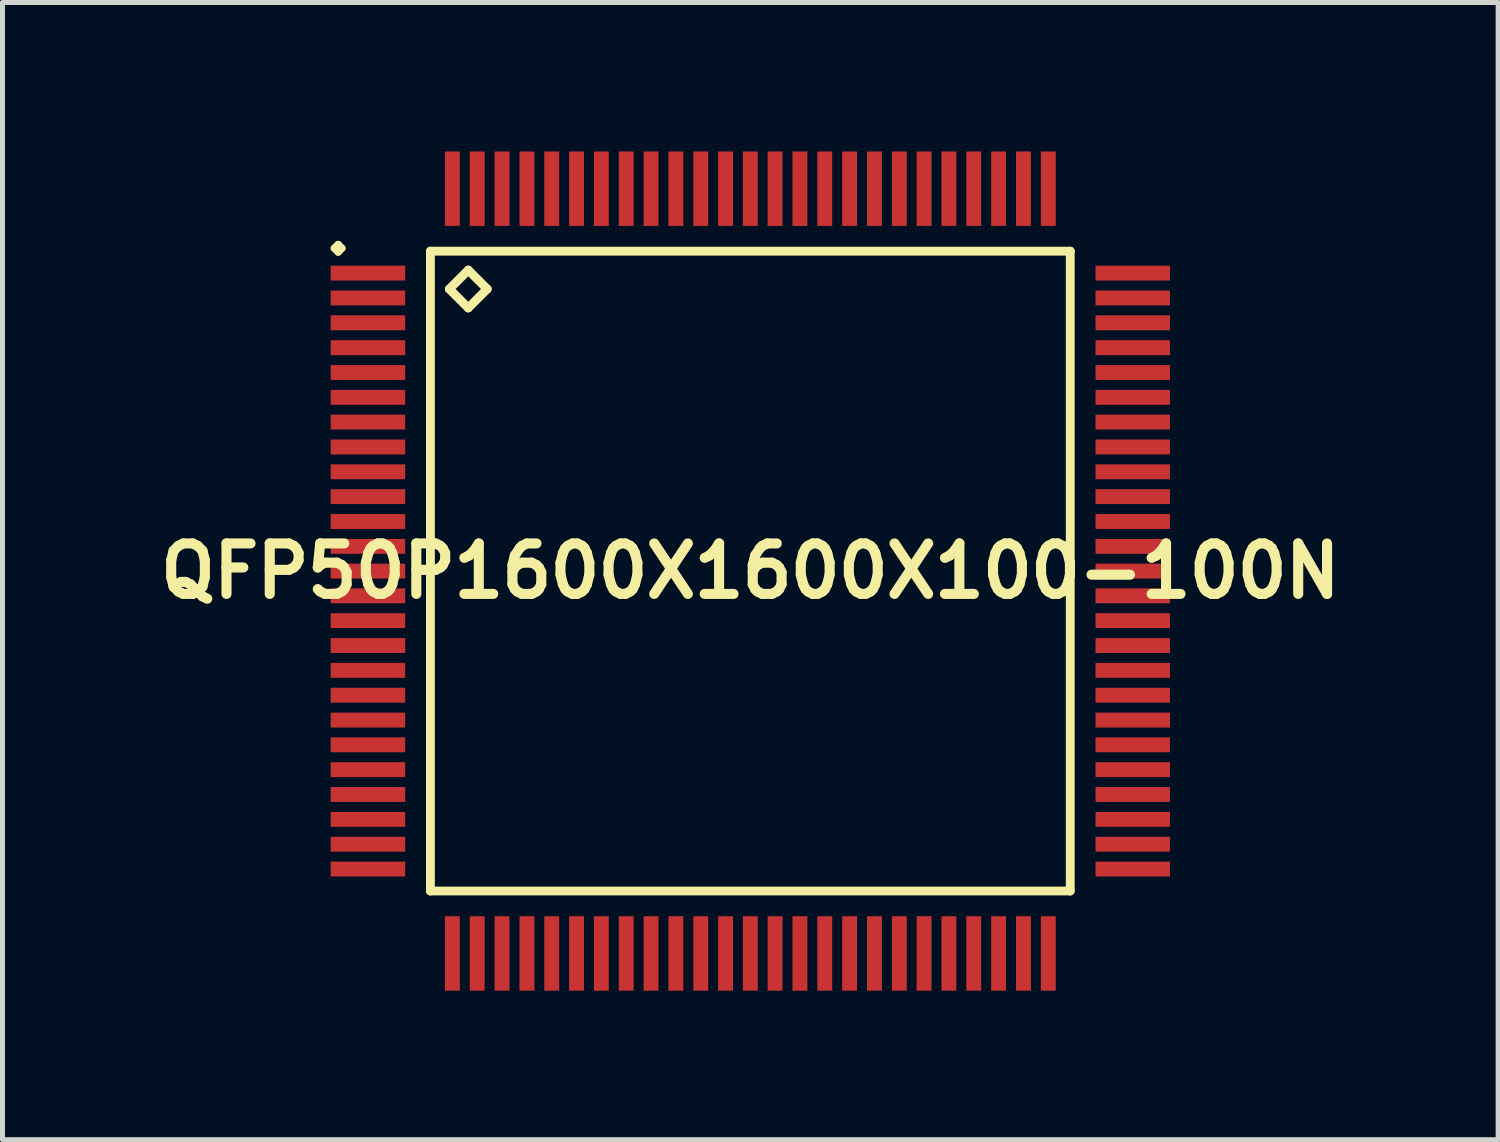
<source format=kicad_pcb>
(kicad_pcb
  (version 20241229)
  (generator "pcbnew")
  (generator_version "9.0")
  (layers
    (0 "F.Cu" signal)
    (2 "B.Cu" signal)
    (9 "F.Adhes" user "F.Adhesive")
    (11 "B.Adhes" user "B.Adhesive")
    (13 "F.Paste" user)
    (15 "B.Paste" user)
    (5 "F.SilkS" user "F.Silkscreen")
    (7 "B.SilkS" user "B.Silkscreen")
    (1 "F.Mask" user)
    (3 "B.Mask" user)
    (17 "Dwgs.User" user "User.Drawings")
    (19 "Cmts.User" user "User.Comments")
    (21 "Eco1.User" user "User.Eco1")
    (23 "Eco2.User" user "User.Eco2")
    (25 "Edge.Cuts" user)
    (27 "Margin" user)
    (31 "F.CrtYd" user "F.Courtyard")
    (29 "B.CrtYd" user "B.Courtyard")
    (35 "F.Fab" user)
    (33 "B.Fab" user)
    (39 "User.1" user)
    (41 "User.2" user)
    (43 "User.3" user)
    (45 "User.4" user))
  (footprint "QFP50P1600X1600X100-100N"
    (layer "F.Cu")
    (at 12.057 8.448)
    (property "Reference" "QFP50P1600X1600X100-100N" (at 0 0 0) (layer "F.SilkS") (effects (font (size 1.016 1.016) (thickness 0.203))))
    (attr smd)
    (fp_line (start -8.374 -6.5) (end -8.298 -6.574) (stroke (width 0.15) (type solid)) (layer "F.SilkS"))
    (fp_line (start -8.298 -6.574) (end -8.225 -6.5) (stroke (width 0.15) (type solid)) (layer "F.SilkS"))
    (fp_line (start -8.298 -6.424) (end -8.374 -6.5) (stroke (width 0.15) (type solid)) (layer "F.SilkS"))
    (fp_line (start -8.225 -6.5) (end -8.298 -6.424) (stroke (width 0.15) (type solid)) (layer "F.SilkS"))
    (fp_line (start -6.441 -6.441) (end -6.441 6.441) (stroke (width 0.178) (type solid)) (layer "F.SilkS"))
    (fp_line (start -6.441 6.441) (end 6.441 6.441) (stroke (width 0.178) (type solid)) (layer "F.SilkS"))
    (fp_line (start -6.06 -5.679) (end -5.679 -6.06) (stroke (width 0.178) (type solid)) (layer "F.SilkS"))
    (fp_line (start -5.679 -6.06) (end -5.298 -5.679) (stroke (width 0.178) (type solid)) (layer "F.SilkS"))
    (fp_line (start -5.679 -5.298) (end -6.06 -5.679) (stroke (width 0.178) (type solid)) (layer "F.SilkS"))
    (fp_line (start -5.298 -5.679) (end -5.679 -5.298) (stroke (width 0.178) (type solid)) (layer "F.SilkS"))
    (fp_line (start 6.441 -6.441) (end -6.441 -6.441) (stroke (width 0.178) (type solid)) (layer "F.SilkS"))
    (fp_line (start 6.441 6.441) (end 6.441 -6.441) (stroke (width 0.178) (type solid)) (layer "F.SilkS"))
    (pad "1" smd rect (at -7.699 -5.999) (size 1.499 0.3) (layers "F.Cu" "F.Mask" "F.Paste"))
    (pad "2" smd rect (at -7.699 -5.499) (size 1.499 0.3) (layers "F.Cu" "F.Mask" "F.Paste"))
    (pad "3" smd rect (at -7.699 -4.999) (size 1.499 0.3) (layers "F.Cu" "F.Mask" "F.Paste"))
    (pad "4" smd rect (at -7.699 -4.498) (size 1.499 0.3) (layers "F.Cu" "F.Mask" "F.Paste"))
    (pad "5" smd rect (at -7.699 -3.998) (size 1.499 0.3) (layers "F.Cu" "F.Mask" "F.Paste"))
    (pad "6" smd rect (at -7.699 -3.498) (size 1.499 0.3) (layers "F.Cu" "F.Mask" "F.Paste"))
    (pad "7" smd rect (at -7.699 -3) (size 1.499 0.3) (layers "F.Cu" "F.Mask" "F.Paste"))
    (pad "8" smd rect (at -7.699 -2.499) (size 1.499 0.3) (layers "F.Cu" "F.Mask" "F.Paste"))
    (pad "9" smd rect (at -7.699 -1.999) (size 1.499 0.3) (layers "F.Cu" "F.Mask" "F.Paste"))
    (pad "10" smd rect (at -7.699 -1.499) (size 1.499 0.3) (layers "F.Cu" "F.Mask" "F.Paste"))
    (pad "11" smd rect (at -7.699 -0.998) (size 1.499 0.3) (layers "F.Cu" "F.Mask" "F.Paste"))
    (pad "12" smd rect (at -7.699 -0.498) (size 1.499 0.3) (layers "F.Cu" "F.Mask" "F.Paste"))
    (pad "13" smd rect (at -7.699 0) (size 1.499 0.3) (layers "F.Cu" "F.Mask" "F.Paste"))
    (pad "14" smd rect (at -7.699 0.498) (size 1.499 0.3) (layers "F.Cu" "F.Mask" "F.Paste"))
    (pad "15" smd rect (at -7.699 0.998) (size 1.499 0.3) (layers "F.Cu" "F.Mask" "F.Paste"))
    (pad "16" smd rect (at -7.699 1.499) (size 1.499 0.3) (layers "F.Cu" "F.Mask" "F.Paste"))
    (pad "17" smd rect (at -7.699 1.999) (size 1.499 0.3) (layers "F.Cu" "F.Mask" "F.Paste"))
    (pad "18" smd rect (at -7.699 2.499) (size 1.499 0.3) (layers "F.Cu" "F.Mask" "F.Paste"))
    (pad "19" smd rect (at -7.699 3) (size 1.499 0.3) (layers "F.Cu" "F.Mask" "F.Paste"))
    (pad "20" smd rect (at -7.699 3.498) (size 1.499 0.3) (layers "F.Cu" "F.Mask" "F.Paste"))
    (pad "21" smd rect (at -7.699 3.998) (size 1.499 0.3) (layers "F.Cu" "F.Mask" "F.Paste"))
    (pad "22" smd rect (at -7.699 4.498) (size 1.499 0.3) (layers "F.Cu" "F.Mask" "F.Paste"))
    (pad "23" smd rect (at -7.699 4.999) (size 1.499 0.3) (layers "F.Cu" "F.Mask" "F.Paste"))
    (pad "24" smd rect (at -7.699 5.499) (size 1.499 0.3) (layers "F.Cu" "F.Mask" "F.Paste"))
    (pad "25" smd rect (at -7.699 5.999) (size 1.499 0.3) (layers "F.Cu" "F.Mask" "F.Paste"))
    (pad "26" smd rect (at -5.999 7.699) (size 0.3 1.499) (layers "F.Cu" "F.Mask" "F.Paste"))
    (pad "27" smd rect (at -5.499 7.699) (size 0.3 1.499) (layers "F.Cu" "F.Mask" "F.Paste"))
    (pad "28" smd rect (at -4.999 7.699) (size 0.3 1.499) (layers "F.Cu" "F.Mask" "F.Paste"))
    (pad "29" smd rect (at -4.498 7.699) (size 0.3 1.499) (layers "F.Cu" "F.Mask" "F.Paste"))
    (pad "30" smd rect (at -3.998 7.699) (size 0.3 1.499) (layers "F.Cu" "F.Mask" "F.Paste"))
    (pad "31" smd rect (at -3.498 7.699) (size 0.3 1.499) (layers "F.Cu" "F.Mask" "F.Paste"))
    (pad "32" smd rect (at -3 7.699) (size 0.3 1.499) (layers "F.Cu" "F.Mask" "F.Paste"))
    (pad "33" smd rect (at -2.499 7.699) (size 0.3 1.499) (layers "F.Cu" "F.Mask" "F.Paste"))
    (pad "34" smd rect (at -1.999 7.699) (size 0.3 1.499) (layers "F.Cu" "F.Mask" "F.Paste"))
    (pad "35" smd rect (at -1.499 7.699) (size 0.3 1.499) (layers "F.Cu" "F.Mask" "F.Paste"))
    (pad "36" smd rect (at -0.998 7.699) (size 0.3 1.499) (layers "F.Cu" "F.Mask" "F.Paste"))
    (pad "37" smd rect (at -0.498 7.699) (size 0.3 1.499) (layers "F.Cu" "F.Mask" "F.Paste"))
    (pad "38" smd rect (at 0 7.699) (size 0.3 1.499) (layers "F.Cu" "F.Mask" "F.Paste"))
    (pad "39" smd rect (at 0.498 7.699) (size 0.3 1.499) (layers "F.Cu" "F.Mask" "F.Paste"))
    (pad "40" smd rect (at 0.998 7.699) (size 0.3 1.499) (layers "F.Cu" "F.Mask" "F.Paste"))
    (pad "41" smd rect (at 1.499 7.699) (size 0.3 1.499) (layers "F.Cu" "F.Mask" "F.Paste"))
    (pad "42" smd rect (at 1.999 7.699) (size 0.3 1.499) (layers "F.Cu" "F.Mask" "F.Paste"))
    (pad "43" smd rect (at 2.499 7.699) (size 0.3 1.499) (layers "F.Cu" "F.Mask" "F.Paste"))
    (pad "44" smd rect (at 3 7.699) (size 0.3 1.499) (layers "F.Cu" "F.Mask" "F.Paste"))
    (pad "45" smd rect (at 3.498 7.699) (size 0.3 1.499) (layers "F.Cu" "F.Mask" "F.Paste"))
    (pad "46" smd rect (at 3.998 7.699) (size 0.3 1.499) (layers "F.Cu" "F.Mask" "F.Paste"))
    (pad "47" smd rect (at 4.498 7.699) (size 0.3 1.499) (layers "F.Cu" "F.Mask" "F.Paste"))
    (pad "48" smd rect (at 4.999 7.699) (size 0.3 1.499) (layers "F.Cu" "F.Mask" "F.Paste"))
    (pad "49" smd rect (at 5.499 7.699) (size 0.3 1.499) (layers "F.Cu" "F.Mask" "F.Paste"))
    (pad "50" smd rect (at 5.999 7.699) (size 0.3 1.499) (layers "F.Cu" "F.Mask" "F.Paste"))
    (pad "51" smd rect (at 7.699 5.999) (size 1.499 0.3) (layers "F.Cu" "F.Mask" "F.Paste"))
    (pad "52" smd rect (at 7.699 5.499) (size 1.499 0.3) (layers "F.Cu" "F.Mask" "F.Paste"))
    (pad "53" smd rect (at 7.699 4.999) (size 1.499 0.3) (layers "F.Cu" "F.Mask" "F.Paste"))
    (pad "54" smd rect (at 7.699 4.498) (size 1.499 0.3) (layers "F.Cu" "F.Mask" "F.Paste"))
    (pad "55" smd rect (at 7.699 3.998) (size 1.499 0.3) (layers "F.Cu" "F.Mask" "F.Paste"))
    (pad "56" smd rect (at 7.699 3.498) (size 1.499 0.3) (layers "F.Cu" "F.Mask" "F.Paste"))
    (pad "57" smd rect (at 7.699 3) (size 1.499 0.3) (layers "F.Cu" "F.Mask" "F.Paste"))
    (pad "58" smd rect (at 7.699 2.499) (size 1.499 0.3) (layers "F.Cu" "F.Mask" "F.Paste"))
    (pad "59" smd rect (at 7.699 1.999) (size 1.499 0.3) (layers "F.Cu" "F.Mask" "F.Paste"))
    (pad "60" smd rect (at 7.699 1.499) (size 1.499 0.3) (layers "F.Cu" "F.Mask" "F.Paste"))
    (pad "61" smd rect (at 7.699 0.998) (size 1.499 0.3) (layers "F.Cu" "F.Mask" "F.Paste"))
    (pad "62" smd rect (at 7.699 0.498) (size 1.499 0.3) (layers "F.Cu" "F.Mask" "F.Paste"))
    (pad "63" smd rect (at 7.699 0) (size 1.499 0.3) (layers "F.Cu" "F.Mask" "F.Paste"))
    (pad "64" smd rect (at 7.699 -0.498) (size 1.499 0.3) (layers "F.Cu" "F.Mask" "F.Paste"))
    (pad "65" smd rect (at 7.699 -0.998) (size 1.499 0.3) (layers "F.Cu" "F.Mask" "F.Paste"))
    (pad "66" smd rect (at 7.699 -1.499) (size 1.499 0.3) (layers "F.Cu" "F.Mask" "F.Paste"))
    (pad "67" smd rect (at 7.699 -1.999) (size 1.499 0.3) (layers "F.Cu" "F.Mask" "F.Paste"))
    (pad "68" smd rect (at 7.699 -2.499) (size 1.499 0.3) (layers "F.Cu" "F.Mask" "F.Paste"))
    (pad "69" smd rect (at 7.699 -3) (size 1.499 0.3) (layers "F.Cu" "F.Mask" "F.Paste"))
    (pad "70" smd rect (at 7.699 -3.498) (size 1.499 0.3) (layers "F.Cu" "F.Mask" "F.Paste"))
    (pad "71" smd rect (at 7.699 -3.998) (size 1.499 0.3) (layers "F.Cu" "F.Mask" "F.Paste"))
    (pad "72" smd rect (at 7.699 -4.498) (size 1.499 0.3) (layers "F.Cu" "F.Mask" "F.Paste"))
    (pad "73" smd rect (at 7.699 -4.999) (size 1.499 0.3) (layers "F.Cu" "F.Mask" "F.Paste"))
    (pad "74" smd rect (at 7.699 -5.499) (size 1.499 0.3) (layers "F.Cu" "F.Mask" "F.Paste"))
    (pad "75" smd rect (at 7.699 -5.999) (size 1.499 0.3) (layers "F.Cu" "F.Mask" "F.Paste"))
    (pad "76" smd rect (at 5.999 -7.699) (size 0.3 1.499) (layers "F.Cu" "F.Mask" "F.Paste"))
    (pad "77" smd rect (at 5.499 -7.699) (size 0.3 1.499) (layers "F.Cu" "F.Mask" "F.Paste"))
    (pad "78" smd rect (at 4.999 -7.699) (size 0.3 1.499) (layers "F.Cu" "F.Mask" "F.Paste"))
    (pad "79" smd rect (at 4.498 -7.699) (size 0.3 1.499) (layers "F.Cu" "F.Mask" "F.Paste"))
    (pad "80" smd rect (at 3.998 -7.699) (size 0.3 1.499) (layers "F.Cu" "F.Mask" "F.Paste"))
    (pad "81" smd rect (at 3.498 -7.699) (size 0.3 1.499) (layers "F.Cu" "F.Mask" "F.Paste"))
    (pad "82" smd rect (at 3 -7.699) (size 0.3 1.499) (layers "F.Cu" "F.Mask" "F.Paste"))
    (pad "83" smd rect (at 2.499 -7.699) (size 0.3 1.499) (layers "F.Cu" "F.Mask" "F.Paste"))
    (pad "84" smd rect (at 1.999 -7.699) (size 0.3 1.499) (layers "F.Cu" "F.Mask" "F.Paste"))
    (pad "85" smd rect (at 1.499 -7.699) (size 0.3 1.499) (layers "F.Cu" "F.Mask" "F.Paste"))
    (pad "86" smd rect (at 0.998 -7.699) (size 0.3 1.499) (layers "F.Cu" "F.Mask" "F.Paste"))
    (pad "87" smd rect (at 0.498 -7.699) (size 0.3 1.499) (layers "F.Cu" "F.Mask" "F.Paste"))
    (pad "88" smd rect (at 0 -7.699) (size 0.3 1.499) (layers "F.Cu" "F.Mask" "F.Paste"))
    (pad "89" smd rect (at -0.498 -7.699) (size 0.3 1.499) (layers "F.Cu" "F.Mask" "F.Paste"))
    (pad "90" smd rect (at -0.998 -7.699) (size 0.3 1.499) (layers "F.Cu" "F.Mask" "F.Paste"))
    (pad "91" smd rect (at -1.499 -7.699) (size 0.3 1.499) (layers "F.Cu" "F.Mask" "F.Paste"))
    (pad "92" smd rect (at -1.999 -7.699) (size 0.3 1.499) (layers "F.Cu" "F.Mask" "F.Paste"))
    (pad "93" smd rect (at -2.499 -7.699) (size 0.3 1.499) (layers "F.Cu" "F.Mask" "F.Paste"))
    (pad "94" smd rect (at -3 -7.699) (size 0.3 1.499) (layers "F.Cu" "F.Mask" "F.Paste"))
    (pad "95" smd rect (at -3.498 -7.699) (size 0.3 1.499) (layers "F.Cu" "F.Mask" "F.Paste"))
    (pad "96" smd rect (at -3.998 -7.699) (size 0.3 1.499) (layers "F.Cu" "F.Mask" "F.Paste"))
    (pad "97" smd rect (at -4.498 -7.699) (size 0.3 1.499) (layers "F.Cu" "F.Mask" "F.Paste"))
    (pad "98" smd rect (at -4.999 -7.699) (size 0.3 1.499) (layers "F.Cu" "F.Mask" "F.Paste"))
    (pad "99" smd rect (at -5.499 -7.699) (size 0.3 1.499) (layers "F.Cu" "F.Mask" "F.Paste"))
    (pad "100" smd rect (at -5.999 -7.699) (size 0.3 1.499) (layers "F.Cu" "F.Mask" "F.Paste")))
  (gr_rect
    (start -3 -3)
    (end 27.113 19.896)
    (stroke (width 0.1) (type default))
    (fill no)
    (layer "Edge.Cuts")))
</source>
